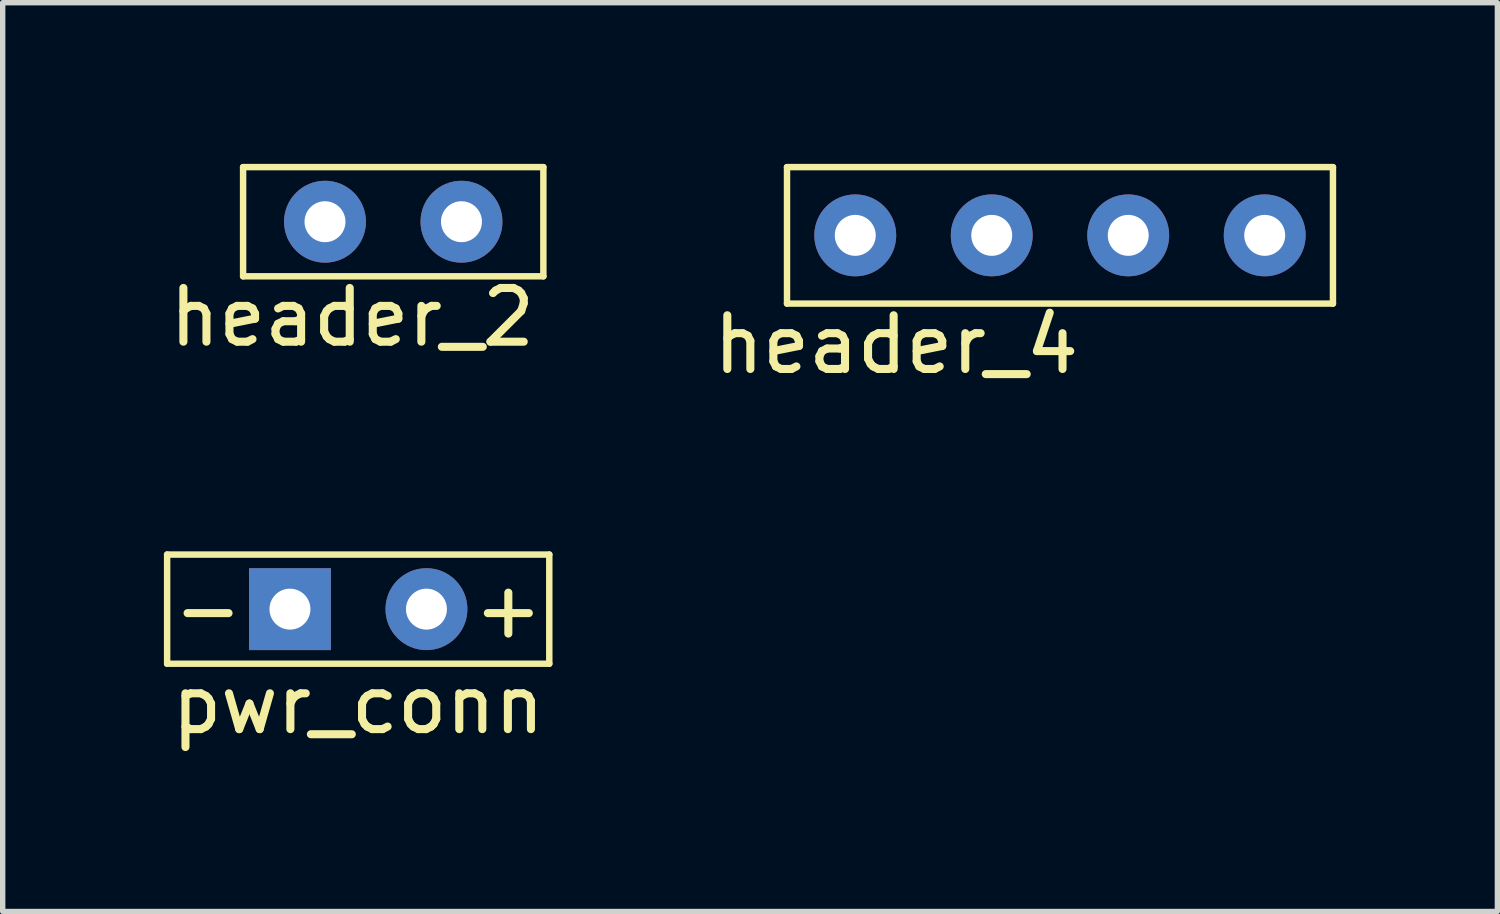
<source format=kicad_pcb>
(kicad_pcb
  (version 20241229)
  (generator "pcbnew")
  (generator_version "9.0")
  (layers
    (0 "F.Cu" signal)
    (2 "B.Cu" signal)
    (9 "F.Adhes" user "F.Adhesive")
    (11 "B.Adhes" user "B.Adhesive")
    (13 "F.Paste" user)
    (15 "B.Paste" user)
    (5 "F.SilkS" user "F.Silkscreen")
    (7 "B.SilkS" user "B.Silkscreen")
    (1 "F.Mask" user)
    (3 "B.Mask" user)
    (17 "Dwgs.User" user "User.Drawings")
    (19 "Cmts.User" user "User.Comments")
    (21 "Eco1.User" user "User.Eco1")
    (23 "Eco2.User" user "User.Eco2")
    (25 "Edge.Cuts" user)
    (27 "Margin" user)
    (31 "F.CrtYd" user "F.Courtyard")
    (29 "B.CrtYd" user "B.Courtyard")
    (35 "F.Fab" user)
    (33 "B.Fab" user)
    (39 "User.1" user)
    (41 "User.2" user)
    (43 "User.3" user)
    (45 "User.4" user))
  (footprint "header_2"
    (layer "F.Cu")
    (at 2.998 1.076)
    (property "Reference" "header_2" (at 0.508 1.778 0) (layer "F.SilkS") (effects (font (size 1 1) (thickness 0.15))))
    (attr through_hole)
    (fp_line (start -1.524 -1.016) (end 4.064 -1.016) (stroke (width 0.12) (type solid)) (layer "F.SilkS"))
    (fp_line (start -1.524 1.016) (end -1.524 -1.016) (stroke (width 0.12) (type solid)) (layer "F.SilkS"))
    (fp_line (start 4.064 -1.016) (end 4.064 1.016) (stroke (width 0.12) (type solid)) (layer "F.SilkS"))
    (fp_line (start 4.064 1.016) (end -1.524 1.016) (stroke (width 0.12) (type solid)) (layer "F.SilkS"))
    (pad "1" thru_hole circle (at 0 0) (size 1.524 1.524) (drill 0.762) (layers "*.Cu" "*.Mask"))
    (pad "2" thru_hole circle (at 2.54 0) (size 1.524 1.524) (drill 0.762) (layers "*.Cu" "*.Mask")))
  (footprint "pwr_conn"
    (layer "F.Cu")
    (at 2.346 8.286)
    (property "Reference" "pwr_conn" (at 1.27 1.778 0) (layer "F.SilkS") (effects (font (size 1 1) (thickness 0.15))))
    (attr through_hole)
    (fp_line (start -2.286 -1.016) (end 4.826 -1.016) (stroke (width 0.12) (type solid)) (layer "F.SilkS"))
    (fp_line (start -2.286 1.016) (end -2.286 -1.016) (stroke (width 0.12) (type solid)) (layer "F.SilkS"))
    (fp_line (start 4.826 -1.016) (end 4.826 1.016) (stroke (width 0.12) (type solid)) (layer "F.SilkS"))
    (fp_line (start 4.826 1.016) (end -2.286 1.016) (stroke (width 0.12) (type solid)) (layer "F.SilkS"))
    (fp_text user "-" (at -1.524 0 0) (layer "F.SilkS") (effects (font (size 1 1) (thickness 0.15))))
    (fp_text user "+" (at 4.064 0 0) (layer "F.SilkS") (effects (font (size 1 1) (thickness 0.15))))
    (pad "1" thru_hole rect (at 0 0) (size 1.524 1.524) (drill 0.762) (layers "*.Cu" "*.Mask"))
    (pad "2" thru_hole circle (at 2.54 0) (size 1.524 1.524) (drill 0.762) (layers "*.Cu" "*.Mask")))
  (footprint "header_4"
    (layer "F.Cu")
    (at 12.866 1.33)
    (property "Reference" "header_4" (at 0.762 2.032 0) (layer "F.SilkS") (effects (font (size 1 1) (thickness 0.15))))
    (attr through_hole)
    (fp_line (start -1.27 -1.27) (end 8.89 -1.27) (stroke (width 0.12) (type solid)) (layer "F.SilkS"))
    (fp_line (start -1.27 1.27) (end -1.27 -1.27) (stroke (width 0.12) (type solid)) (layer "F.SilkS"))
    (fp_line (start 8.89 -1.27) (end 8.89 1.27) (stroke (width 0.12) (type solid)) (layer "F.SilkS"))
    (fp_line (start 8.89 1.27) (end -1.27 1.27) (stroke (width 0.12) (type solid)) (layer "F.SilkS"))
    (pad "1" thru_hole circle (at 0 0) (size 1.524 1.524) (drill 0.762) (layers "*.Cu" "*.Mask"))
    (pad "2" thru_hole circle (at 2.54 0) (size 1.524 1.524) (drill 0.762) (layers "*.Cu" "*.Mask"))
    (pad "3" thru_hole circle (at 5.08 0) (size 1.524 1.524) (drill 0.762) (layers "*.Cu" "*.Mask"))
    (pad "4" thru_hole circle (at 7.62 0) (size 1.524 1.524) (drill 0.762) (layers "*.Cu" "*.Mask")))
  (gr_rect
    (start -3 -3)
    (end 24.816 13.912)
    (stroke (width 0.1) (type default))
    (fill no)
    (layer "Edge.Cuts")))
</source>
